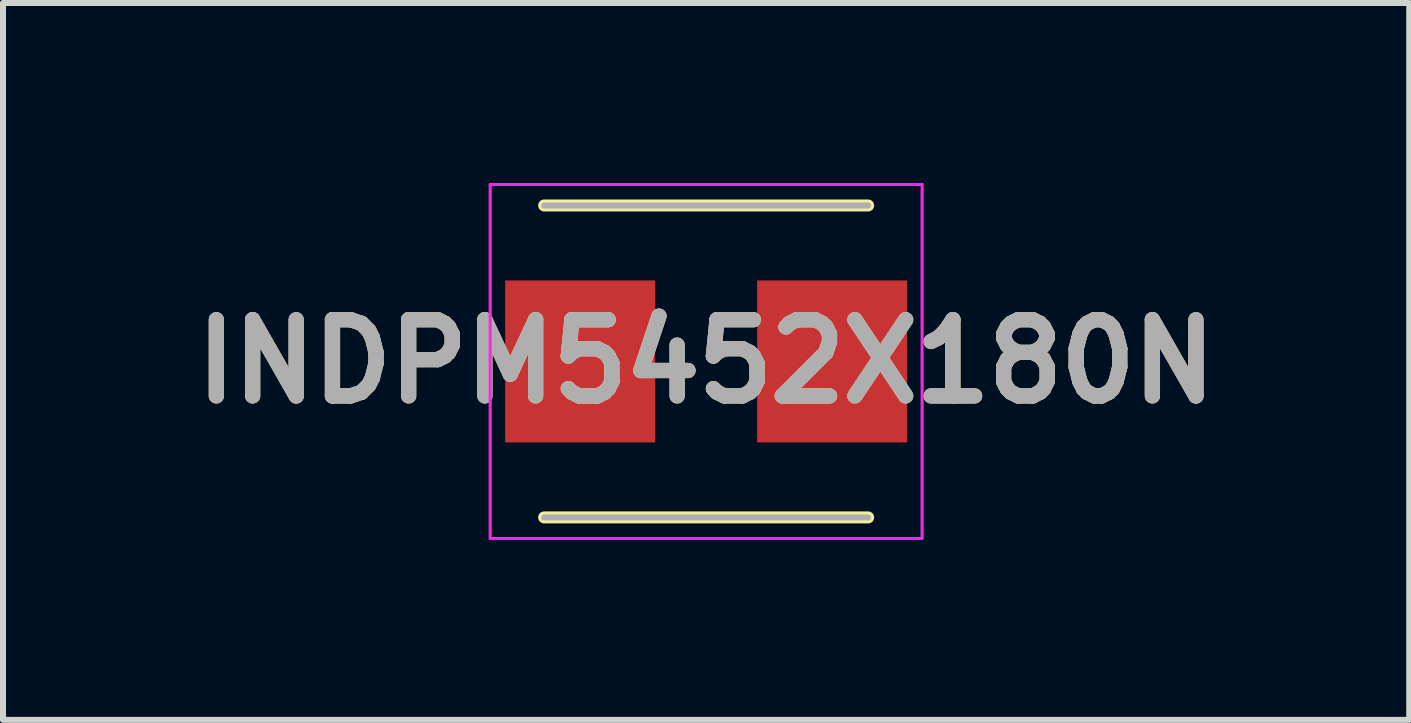
<source format=kicad_pcb>
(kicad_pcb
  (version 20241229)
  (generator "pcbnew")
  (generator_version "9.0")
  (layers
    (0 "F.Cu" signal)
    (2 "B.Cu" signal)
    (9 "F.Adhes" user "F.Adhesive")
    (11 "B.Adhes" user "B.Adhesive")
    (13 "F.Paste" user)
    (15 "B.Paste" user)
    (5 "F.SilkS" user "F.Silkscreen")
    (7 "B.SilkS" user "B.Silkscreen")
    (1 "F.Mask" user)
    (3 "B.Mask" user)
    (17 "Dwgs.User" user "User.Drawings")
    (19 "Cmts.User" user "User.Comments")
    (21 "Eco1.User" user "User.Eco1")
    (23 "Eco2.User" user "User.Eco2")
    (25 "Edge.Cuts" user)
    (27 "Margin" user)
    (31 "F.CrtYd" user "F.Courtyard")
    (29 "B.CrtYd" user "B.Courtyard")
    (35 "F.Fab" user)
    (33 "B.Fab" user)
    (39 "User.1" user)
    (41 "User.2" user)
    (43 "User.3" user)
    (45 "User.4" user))
  (footprint "INDPM5452X180N"
    (layer "F.Cu")
    (at 8.721 2.975)
    (property "Reference" "INDPM5452X180N" (at 0 0 0) (layer "F.SilkS") (effects (font (size 1.27 1.27) (thickness 0.254))))
    (attr smd)
    (fp_line (start -2.7 2.6) (end 2.7 2.6) (stroke (width 0.2) (type solid)) (layer "F.SilkS"))
    (fp_line (start 2.7 -2.6) (end -2.7 -2.6) (stroke (width 0.2) (type solid)) (layer "F.SilkS"))
    (fp_line (start -3.6 -2.95) (end 3.6 -2.95) (stroke (width 0.05) (type solid)) (layer "F.CrtYd"))
    (fp_line (start -3.6 2.95) (end -3.6 -2.95) (stroke (width 0.05) (type solid)) (layer "F.CrtYd"))
    (fp_line (start 3.6 -2.95) (end 3.6 2.95) (stroke (width 0.05) (type solid)) (layer "F.CrtYd"))
    (fp_line (start 3.6 2.95) (end -3.6 2.95) (stroke (width 0.05) (type solid)) (layer "F.CrtYd"))
    (fp_line (start -2.7 -2.6) (end 2.7 -2.6) (stroke (width 0.1) (type solid)) (layer "F.Fab"))
    (fp_line (start 2.7 2.6) (end -2.7 2.6) (stroke (width 0.1) (type solid)) (layer "F.Fab"))
    (fp_text user "${REFERENCE}" (at 0 0 0) (layer "F.Fab") (effects (font (size 1.27 1.27) (thickness 0.254))))
    (pad "1" smd rect (at -2.1 0) (size 2.5 2.7) (layers "F.Cu" "F.Mask" "F.Paste"))
    (pad "2" smd rect (at 2.1 0) (size 2.5 2.7) (layers "F.Cu" "F.Mask" "F.Paste")))
  (gr_rect
    (start -3 -3)
    (end 20.441 8.95)
    (stroke (width 0.1) (type default))
    (fill no)
    (layer "Edge.Cuts")))
</source>
